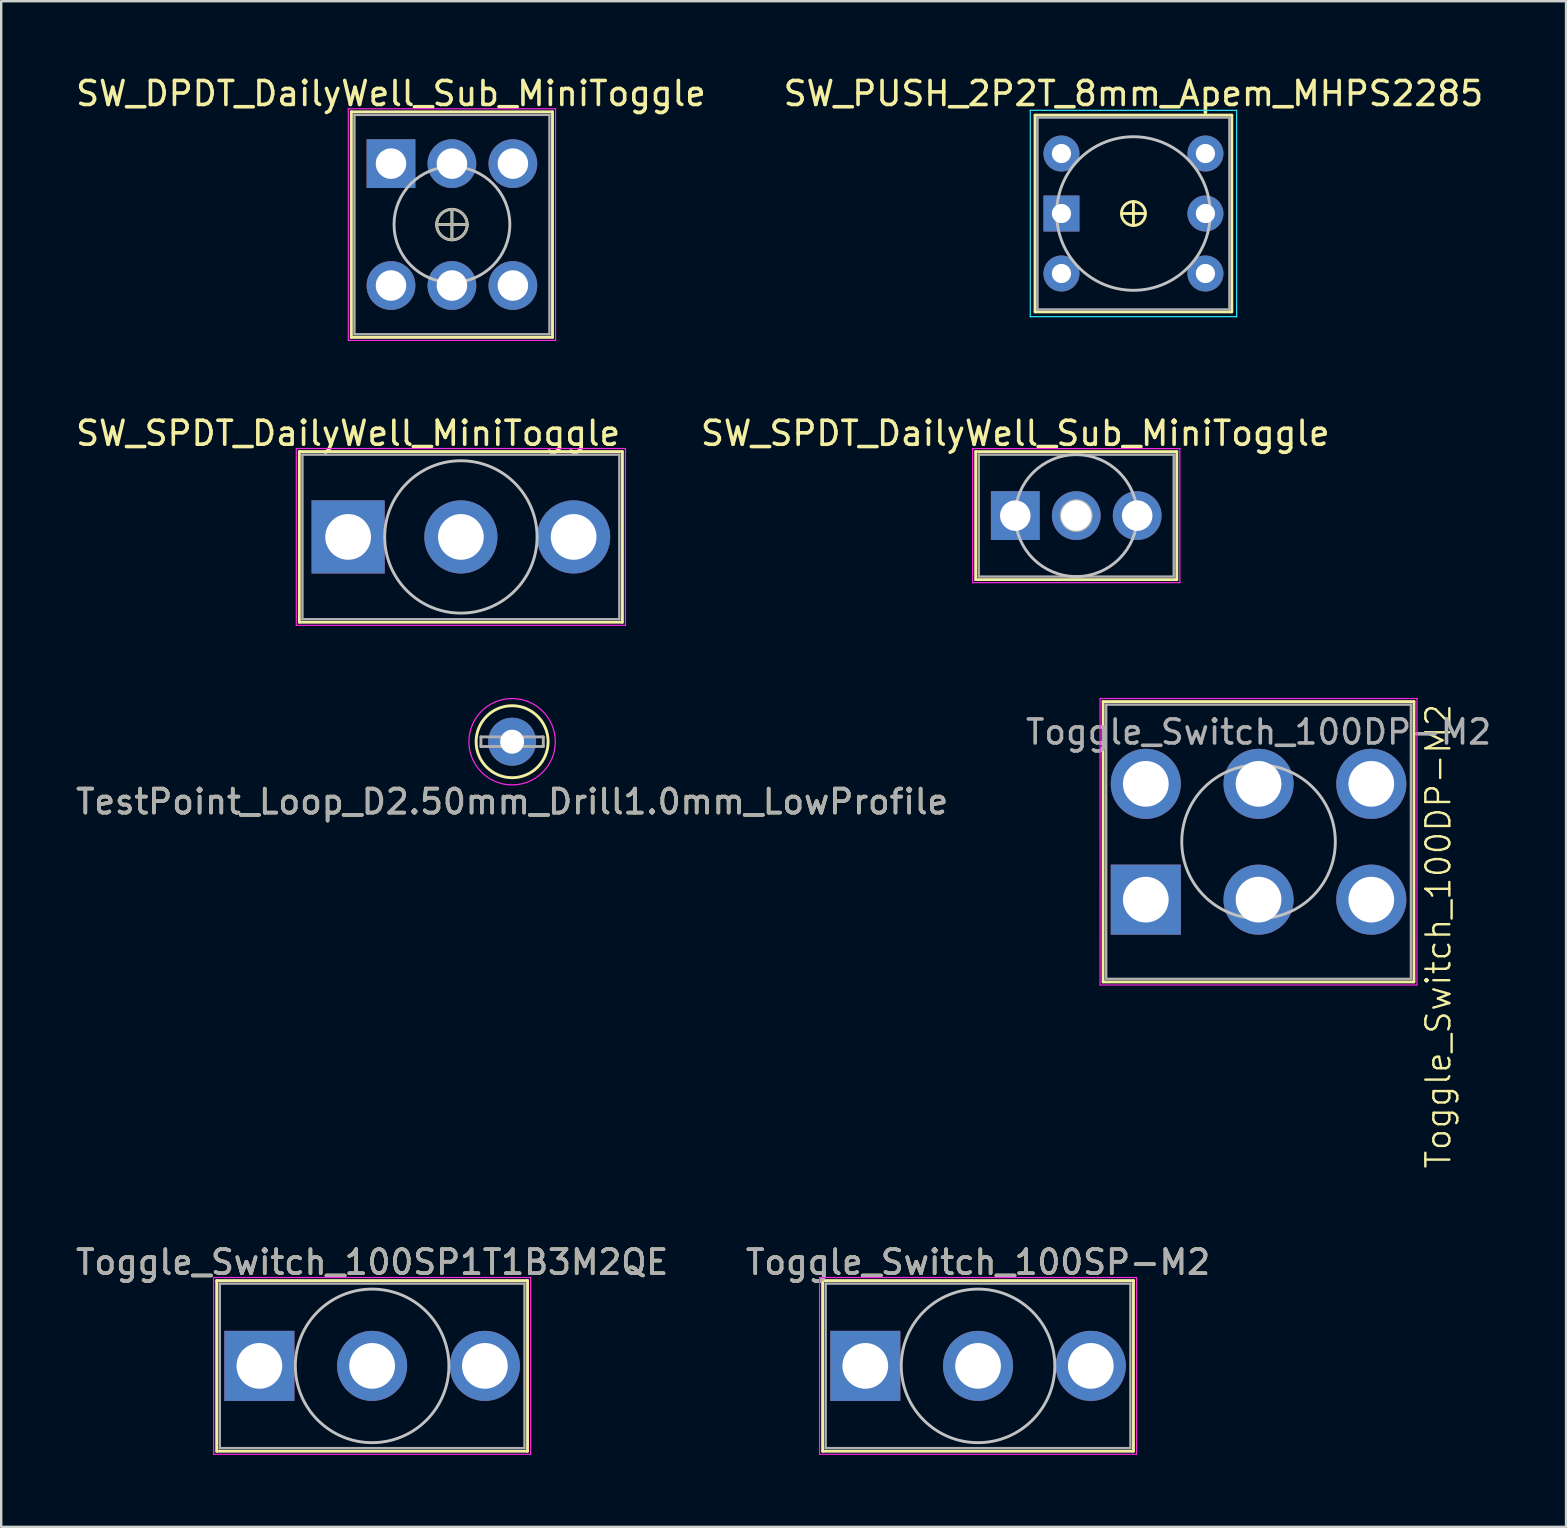
<source format=kicad_pcb>
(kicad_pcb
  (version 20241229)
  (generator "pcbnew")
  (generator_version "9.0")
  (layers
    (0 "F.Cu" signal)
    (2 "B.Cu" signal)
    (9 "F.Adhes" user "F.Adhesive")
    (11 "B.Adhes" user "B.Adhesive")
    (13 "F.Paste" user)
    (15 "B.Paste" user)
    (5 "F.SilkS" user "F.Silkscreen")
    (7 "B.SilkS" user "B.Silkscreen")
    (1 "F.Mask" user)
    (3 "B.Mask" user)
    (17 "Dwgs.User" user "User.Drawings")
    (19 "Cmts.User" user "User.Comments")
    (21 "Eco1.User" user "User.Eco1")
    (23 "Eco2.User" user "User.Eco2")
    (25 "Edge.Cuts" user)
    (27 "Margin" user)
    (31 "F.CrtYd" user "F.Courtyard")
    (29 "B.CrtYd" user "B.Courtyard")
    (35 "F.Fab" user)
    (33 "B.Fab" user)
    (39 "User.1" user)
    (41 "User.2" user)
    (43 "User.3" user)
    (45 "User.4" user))
  (footprint "SW_PUSH_2P2T_8mm_Apem_MHPS2285"
    (layer "F.Cu")
    (at 44.185 5.848)
    (property "Reference" "SW_PUSH_2P2T_8mm_Apem_MHPS2285" (at 0 -5 0) (unlocked yes) (layer "F.SilkS") (effects (font (size 1 1) (thickness 0.15))))
    (attr through_hole)
    (fp_line (start -4.1 -4.1) (end -4.1 4.1) (stroke (width 0.12) (type solid)) (layer "F.SilkS"))
    (fp_line (start -4.1 4.1) (end 4.1 4.1) (stroke (width 0.12) (type solid)) (layer "F.SilkS"))
    (fp_line (start 0 -0.5) (end 0 0.5) (stroke (width 0.12) (type solid)) (layer "F.SilkS"))
    (fp_line (start 0.5 0) (end -0.5 0) (stroke (width 0.12) (type solid)) (layer "F.SilkS"))
    (fp_line (start 4.1 -4.1) (end -4.1 -4.1) (stroke (width 0.12) (type solid)) (layer "F.SilkS"))
    (fp_line (start 4.1 4.1) (end 4.1 -4.1) (stroke (width 0.12) (type solid)) (layer "F.SilkS"))
    (fp_circle (center 0 0) (end 0 0.5) (stroke (width 0.12) (type solid)) (fill no) (layer "F.SilkS"))
    (fp_circle (center 0 0) (end 0 3.2) (stroke (width 0.12) (type solid)) (fill no) (layer "Dwgs.User"))
    (fp_line (start -4.3 -4.3) (end -4.3 4.3) (stroke (width 0.05) (type solid)) (layer "B.CrtYd"))
    (fp_line (start -4.3 4.3) (end 4.3 4.3) (stroke (width 0.05) (type solid)) (layer "B.CrtYd"))
    (fp_line (start 4.3 -4.3) (end -4.3 -4.3) (stroke (width 0.05) (type solid)) (layer "B.CrtYd"))
    (fp_line (start 4.3 4.3) (end 4.3 -4.3) (stroke (width 0.05) (type solid)) (layer "B.CrtYd"))
    (fp_line (start -4 -4) (end 4 -4) (stroke (width 0.1) (type solid)) (layer "F.Fab"))
    (fp_line (start -4 4) (end -4 -4) (stroke (width 0.1) (type solid)) (layer "F.Fab"))
    (fp_line (start 4 -4) (end 4 4) (stroke (width 0.1) (type solid)) (layer "F.Fab"))
    (fp_line (start 4 4) (end -4 4) (stroke (width 0.1) (type solid)) (layer "F.Fab"))
    (pad "1" thru_hole rect (at -3 0) (size 1.5 1.5) (drill 0.8) (layers "*.Cu" "*.Mask"))
    (pad "2" thru_hole circle (at -3 2.5) (size 1.5 1.5) (drill 0.8) (layers "*.Cu" "*.Mask"))
    (pad "3" thru_hole circle (at -3 -2.5) (size 1.5 1.5) (drill 0.8) (layers "*.Cu" "*.Mask"))
    (pad "4" thru_hole circle (at 3 2.5) (size 1.5 1.5) (drill 0.8) (layers "*.Cu" "*.Mask"))
    (pad "5" thru_hole circle (at 3 -2.5) (size 1.5 1.5) (drill 0.8) (layers "*.Cu" "*.Mask"))
    (pad "6" thru_hole circle (at 3 0) (size 1.5 1.5) (drill 0.8) (layers "*.Cu" "*.Mask")))
  (footprint "SW_SPDT_DailyWell_MiniToggle"
    (layer "F.Cu")
    (at 16.157 19.326)
    (property "Reference" "SW_SPDT_DailyWell_MiniToggle" (at -4.699 -4.318 0) (layer "F.SilkS") (effects (font (size 1 1) (thickness 0.15))))
    (attr through_hole)
    (fp_line (start -6.731 -3.556) (end 6.731 -3.556) (stroke (width 0.12) (type solid)) (layer "F.SilkS"))
    (fp_line (start -6.731 3.556) (end -6.731 -3.556) (stroke (width 0.12) (type solid)) (layer "F.SilkS"))
    (fp_line (start 6.731 -3.556) (end 6.731 3.556) (stroke (width 0.12) (type solid)) (layer "F.SilkS"))
    (fp_line (start 6.731 3.556) (end -6.731 3.556) (stroke (width 0.12) (type solid)) (layer "F.SilkS"))
    (fp_circle (center 0 0) (end 0 3.175) (stroke (width 0.12) (type solid)) (fill no) (layer "Dwgs.User"))
    (fp_line (start -6.858 -3.683) (end -6.858 3.683) (stroke (width 0.05) (type solid)) (layer "F.CrtYd"))
    (fp_line (start -6.858 3.683) (end 6.858 3.683) (stroke (width 0.05) (type solid)) (layer "F.CrtYd"))
    (fp_line (start 6.858 -3.683) (end -6.858 -3.683) (stroke (width 0.05) (type solid)) (layer "F.CrtYd"))
    (fp_line (start 6.858 3.683) (end 6.858 -3.683) (stroke (width 0.05) (type solid)) (layer "F.CrtYd"))
    (fp_line (start -6.604 -3.429) (end 6.604 -3.429) (stroke (width 0.1) (type solid)) (layer "F.Fab"))
    (fp_line (start -6.604 3.429) (end -6.604 -3.429) (stroke (width 0.1) (type solid)) (layer "F.Fab"))
    (fp_line (start -0.635 0) (end 0.635 0) (stroke (width 0.1) (type solid)) (layer "F.Fab"))
    (fp_line (start 0 -0.635) (end 0 0.635) (stroke (width 0.1) (type solid)) (layer "F.Fab"))
    (fp_line (start 6.604 -3.429) (end 6.604 3.429) (stroke (width 0.1) (type solid)) (layer "F.Fab"))
    (fp_line (start 6.604 3.429) (end -6.604 3.429) (stroke (width 0.1) (type solid)) (layer "F.Fab"))
    (fp_circle (center 0 0) (end 0.635 0) (stroke (width 0.1) (type solid)) (fill no) (layer "F.Fab"))
    (pad "1" thru_hole rect (at -4.699 0) (size 3.048 3.048) (drill 1.905) (layers "*.Cu" "*.Mask"))
    (pad "2" thru_hole circle (at 0 0) (size 3.048 3.048) (drill 1.905) (layers "*.Cu" "*.Mask"))
    (pad "3" thru_hole circle (at 4.699 0) (size 3.048 3.048) (drill 1.905) (layers "*.Cu" "*.Mask")))
  (footprint "Toggle_Switch_100DP-M2"
    (layer "F.Cu")
    (at 49.399 32.029)
    (property "Reference" "Toggle_Switch_100DP-M2" (at 7.493 3.937 90) (unlocked yes) (layer "F.SilkS") (effects (font (size 1 1) (thickness 0.1))))
    (attr smd)
    (fp_line (start -6.478 5.842) (end -6.477 -5.842) (stroke (width 0.12) (type solid)) (layer "F.SilkS"))
    (fp_line (start -6.477 -5.842) (end 6.477 -5.842) (stroke (width 0.12) (type solid)) (layer "F.SilkS"))
    (fp_line (start 6.476 5.842) (end -6.478 5.842) (stroke (width 0.12) (type solid)) (layer "F.SilkS"))
    (fp_line (start 6.477 -5.842) (end 6.476 5.842) (stroke (width 0.12) (type solid)) (layer "F.SilkS"))
    (fp_circle (center 0 0) (end 3.2 0) (stroke (width 0.12) (type solid)) (fill no) (layer "Dwgs.User"))
    (fp_line (start -6.605 5.969) (end -6.604 -5.969) (stroke (width 0.05) (type solid)) (layer "F.CrtYd"))
    (fp_line (start -6.604 -5.969) (end 6.604 -5.969) (stroke (width 0.05) (type solid)) (layer "F.CrtYd"))
    (fp_line (start 6.603 5.969) (end -6.605 5.969) (stroke (width 0.05) (type solid)) (layer "F.CrtYd"))
    (fp_line (start 6.604 -5.969) (end 6.603 5.969) (stroke (width 0.05) (type solid)) (layer "F.CrtYd"))
    (fp_line (start -6.35 -5.715) (end -6.35 5.715) (stroke (width 0.1) (type solid)) (layer "F.Fab"))
    (fp_line (start -6.35 -5.715) (end 6.35 -5.715) (stroke (width 0.1) (type solid)) (layer "F.Fab"))
    (fp_line (start -6.35 5.715) (end 6.35 5.715) (stroke (width 0.1) (type solid)) (layer "F.Fab"))
    (fp_line (start 6.35 5.715) (end 6.35 -5.715) (stroke (width 0.1) (type solid)) (layer "F.Fab"))
    (fp_circle (center 0 2.413) (end 0.635 2.413) (stroke (width 0.1) (type solid)) (fill no) (layer "F.Fab"))
    (fp_text user "${REFERENCE}" (at 0 -4.572 0) (unlocked yes) (layer "F.Fab") (effects (font (size 1 1) (thickness 0.15))))
    (pad "1" thru_hole rect (at -4.699 2.413) (size 2.921 2.921) (drill 1.905) (layers "*.Cu" "*.Mask"))
    (pad "2" thru_hole circle (at 0 2.413) (size 2.921 2.921) (drill 1.905) (layers "*.Cu" "*.Mask"))
    (pad "3" thru_hole circle (at 4.699 2.413) (size 2.921 2.921) (drill 1.905) (layers "*.Cu" "*.Mask"))
    (pad "4" thru_hole circle (at -4.699 -2.413 90) (size 2.921 2.921) (drill 1.905) (layers "*.Cu" "*.Mask"))
    (pad "5" thru_hole circle (at 0 -2.413 90) (size 2.921 2.921) (drill 1.905) (layers "*.Cu" "*.Mask"))
    (pad "6" thru_hole circle (at 4.699 -2.413 90) (size 2.921 2.921) (drill 1.905) (layers "*.Cu" "*.Mask")))
  (footprint "TestPoint_Loop_D2.50mm_Drill1.0mm_LowProfile"
    (layer "F.Cu")
    (at 18.292 27.86)
    (property "Reference" "TestPoint_Loop_D2.50mm_Drill1.0mm_LowProfile" (at 0 2.5 0) (layer "F.SilkS") (effects (font (size 1 1) (thickness 0.15))))
    (attr through_hole)
    (fp_circle (center 0 0) (end 1.5 0) (stroke (width 0.12) (type solid)) (fill no) (layer "F.SilkS"))
    (fp_circle (center 0 0) (end 1.8 0) (stroke (width 0.05) (type solid)) (fill no) (layer "F.CrtYd"))
    (fp_line (start -1.3 -0.2) (end -1.3 0.2) (stroke (width 0.12) (type solid)) (layer "F.Fab"))
    (fp_line (start -1.3 0.2) (end 1.3 0.2) (stroke (width 0.12) (type solid)) (layer "F.Fab"))
    (fp_line (start 1.3 -0.2) (end -1.3 -0.2) (stroke (width 0.12) (type solid)) (layer "F.Fab"))
    (fp_line (start 1.3 0.2) (end 1.3 -0.2) (stroke (width 0.12) (type solid)) (layer "F.Fab"))
    (fp_text user "${REFERENCE}" (at 0 2.5 0) (layer "F.Fab") (effects (font (size 1 1) (thickness 0.15))))
    (pad "1" thru_hole circle (at 0 0) (size 2 2) (drill 1) (layers "*.Cu" "*.Mask")))
  (footprint "Toggle_Switch_100SP1T1B3M2QE"
    (layer "F.Cu")
    (at 12.458 53.872)
    (property "Reference" "Toggle_Switch_100SP1T1B3M2QE" (at 0 -4.318 0) (layer "F.SilkS") (effects (font (size 1 1) (thickness 0.15))))
    (attr through_hole)
    (fp_line (start -6.477 -3.556) (end 6.477 -3.556) (stroke (width 0.12) (type solid)) (layer "F.SilkS"))
    (fp_line (start -6.477 3.556) (end -6.477 -3.556) (stroke (width 0.12) (type solid)) (layer "F.SilkS"))
    (fp_line (start 6.477 -3.556) (end 6.477 3.556) (stroke (width 0.12) (type solid)) (layer "F.SilkS"))
    (fp_line (start 6.477 3.556) (end -6.477 3.556) (stroke (width 0.12) (type solid)) (layer "F.SilkS"))
    (fp_circle (center 0 0) (end 3.2 0) (stroke (width 0.12) (type solid)) (fill no) (layer "Dwgs.User"))
    (fp_line (start -6.604 -3.683) (end 6.604 -3.683) (stroke (width 0.05) (type solid)) (layer "F.CrtYd"))
    (fp_line (start -6.604 3.683) (end -6.604 -3.683) (stroke (width 0.05) (type solid)) (layer "F.CrtYd"))
    (fp_line (start 6.604 -3.683) (end 6.604 3.683) (stroke (width 0.05) (type solid)) (layer "F.CrtYd"))
    (fp_line (start 6.604 3.683) (end -6.604 3.683) (stroke (width 0.05) (type solid)) (layer "F.CrtYd"))
    (fp_line (start -6.35 -3.429) (end -6.35 3.429) (stroke (width 0.1) (type solid)) (layer "F.Fab"))
    (fp_line (start -6.35 -3.429) (end 6.35 -3.429) (stroke (width 0.1) (type solid)) (layer "F.Fab"))
    (fp_line (start -6.35 3.429) (end 6.35 3.429) (stroke (width 0.1) (type solid)) (layer "F.Fab"))
    (fp_line (start 6.35 3.429) (end 6.35 -3.429) (stroke (width 0.1) (type solid)) (layer "F.Fab"))
    (fp_circle (center 0.001 0) (end 0.636 0) (stroke (width 0.1) (type solid)) (fill no) (layer "F.Fab"))
    (fp_text user "${REFERENCE}" (at 0.001 -4.318 0) (layer "F.Fab") (effects (font (size 1 1) (thickness 0.15))))
    (pad "1" thru_hole rect (at -4.699 0) (size 2.921 2.921) (drill 1.905) (layers "*.Cu" "*.Mask"))
    (pad "2" thru_hole circle (at 0 0) (size 2.921 2.921) (drill 1.905) (layers "*.Cu" "*.Mask"))
    (pad "3" thru_hole circle (at 4.699 0) (size 2.921 2.921) (drill 1.905) (layers "*.Cu" "*.Mask")))
  (footprint "SW_DPDT_DailyWell_Sub_MiniToggle"
    (layer "F.Cu")
    (at 15.784 6.309)
    (property "Reference" "SW_DPDT_DailyWell_Sub_MiniToggle" (at -2.54 -5.461 0) (layer "F.SilkS") (effects (font (size 1 1) (thickness 0.15))))
    (attr through_hole)
    (fp_line (start -4.191 -4.699) (end 4.191 -4.699) (stroke (width 0.12) (type solid)) (layer "F.SilkS"))
    (fp_line (start -4.191 4.699) (end -4.191 -4.699) (stroke (width 0.12) (type solid)) (layer "F.SilkS"))
    (fp_line (start -4.191 4.699) (end 4.191 4.699) (stroke (width 0.12) (type solid)) (layer "F.SilkS"))
    (fp_line (start 0 -0.635) (end 0 0.635) (stroke (width 0.12) (type solid)) (layer "F.SilkS"))
    (fp_line (start 0.635 0) (end -0.635 0) (stroke (width 0.12) (type solid)) (layer "F.SilkS"))
    (fp_line (start 4.191 4.699) (end 4.191 -4.699) (stroke (width 0.12) (type solid)) (layer "F.SilkS"))
    (fp_circle (center 0 0) (end 0 0.635) (stroke (width 0.12) (type solid)) (fill no) (layer "F.SilkS"))
    (fp_circle (center 0 0) (end 2.413 0) (stroke (width 0.12) (type solid)) (fill no) (layer "Dwgs.User"))
    (fp_line (start -4.318 -4.826) (end -4.318 4.826) (stroke (width 0.05) (type solid)) (layer "F.CrtYd"))
    (fp_line (start -4.318 4.826) (end 4.318 4.826) (stroke (width 0.05) (type solid)) (layer "F.CrtYd"))
    (fp_line (start 4.318 -4.826) (end -4.318 -4.826) (stroke (width 0.05) (type solid)) (layer "F.CrtYd"))
    (fp_line (start 4.318 4.826) (end 4.318 -4.826) (stroke (width 0.05) (type solid)) (layer "F.CrtYd"))
    (fp_line (start -4.064 -4.572) (end 4.064 -4.572) (stroke (width 0.1) (type solid)) (layer "F.Fab"))
    (fp_line (start -4.064 4.572) (end -4.064 -4.572) (stroke (width 0.1) (type solid)) (layer "F.Fab"))
    (fp_line (start -0.635 0) (end 0.635 0) (stroke (width 0.1) (type solid)) (layer "F.Fab"))
    (fp_line (start 0 -0.635) (end 0 0.635) (stroke (width 0.1) (type solid)) (layer "F.Fab"))
    (fp_line (start 4.064 -4.572) (end 4.064 4.572) (stroke (width 0.1) (type solid)) (layer "F.Fab"))
    (fp_line (start 4.064 4.572) (end -4.064 4.572) (stroke (width 0.1) (type solid)) (layer "F.Fab"))
    (fp_circle (center 0 0) (end 0.635 0) (stroke (width 0.1) (type solid)) (fill no) (layer "F.Fab"))
    (pad "1" thru_hole rect (at -2.54 -2.54) (size 2.032 2.032) (drill 1.27) (layers "*.Cu" "*.Mask"))
    (pad "2" thru_hole circle (at 0 -2.54) (size 2.032 2.032) (drill 1.27) (layers "*.Cu" "*.Mask"))
    (pad "3" thru_hole circle (at 2.54 -2.54) (size 2.032 2.032) (drill 1.27) (layers "*.Cu" "*.Mask"))
    (pad "4" thru_hole circle (at -2.54 2.54) (size 2.032 2.032) (drill 1.27) (layers "*.Cu" "*.Mask"))
    (pad "5" thru_hole circle (at 0 2.54) (size 2.032 2.032) (drill 1.27) (layers "*.Cu" "*.Mask"))
    (pad "6" thru_hole circle (at 2.54 2.54) (size 2.032 2.032) (drill 1.27) (layers "*.Cu" "*.Mask")))
  (footprint "SW_SPDT_DailyWell_Sub_MiniToggle"
    (layer "F.Cu")
    (at 41.801 18.438)
    (property "Reference" "SW_SPDT_DailyWell_Sub_MiniToggle" (at -2.54 -3.429 0) (layer "F.SilkS") (effects (font (size 1 1) (thickness 0.15))))
    (attr through_hole)
    (fp_line (start -4.191 -2.667) (end 4.191 -2.667) (stroke (width 0.12) (type solid)) (layer "F.SilkS"))
    (fp_line (start -4.191 2.667) (end -4.191 -2.667) (stroke (width 0.12) (type solid)) (layer "F.SilkS"))
    (fp_line (start -4.191 2.667) (end 4.191 2.667) (stroke (width 0.12) (type solid)) (layer "F.SilkS"))
    (fp_line (start 4.191 2.667) (end 4.191 -2.667) (stroke (width 0.12) (type solid)) (layer "F.SilkS"))
    (fp_circle (center 0 0) (end 0 2.54) (stroke (width 0.12) (type solid)) (fill no) (layer "Dwgs.User"))
    (fp_line (start -4.318 -2.794) (end -4.318 2.794) (stroke (width 0.05) (type solid)) (layer "F.CrtYd"))
    (fp_line (start -4.318 2.794) (end 4.318 2.794) (stroke (width 0.05) (type solid)) (layer "F.CrtYd"))
    (fp_line (start 4.318 -2.794) (end -4.318 -2.794) (stroke (width 0.05) (type solid)) (layer "F.CrtYd"))
    (fp_line (start 4.318 2.794) (end 4.318 -2.794) (stroke (width 0.05) (type solid)) (layer "F.CrtYd"))
    (fp_line (start -4.064 -2.54) (end 4.064 -2.54) (stroke (width 0.1) (type solid)) (layer "F.Fab"))
    (fp_line (start -4.064 2.54) (end -4.064 -2.54) (stroke (width 0.1) (type solid)) (layer "F.Fab"))
    (fp_line (start -0.635 0) (end 0.635 0) (stroke (width 0.1) (type solid)) (layer "F.Fab"))
    (fp_line (start 0 -0.635) (end 0 0.635) (stroke (width 0.1) (type solid)) (layer "F.Fab"))
    (fp_line (start 4.064 -2.54) (end 4.064 2.54) (stroke (width 0.1) (type solid)) (layer "F.Fab"))
    (fp_line (start 4.064 2.54) (end -4.064 2.54) (stroke (width 0.1) (type solid)) (layer "F.Fab"))
    (fp_circle (center 0 0) (end 0.635 0) (stroke (width 0.1) (type solid)) (fill no) (layer "F.Fab"))
    (pad "1" thru_hole rect (at -2.54 0) (size 2.032 2.032) (drill 1.27) (layers "*.Cu" "*.Mask"))
    (pad "2" thru_hole circle (at 0 0) (size 2.032 2.032) (drill 1.27) (layers "*.Cu" "*.Mask"))
    (pad "3" thru_hole circle (at 2.54 0) (size 2.032 2.032) (drill 1.27) (layers "*.Cu" "*.Mask")))
  (footprint "Toggle_Switch_100SP-M2"
    (layer "F.Cu")
    (at 37.709 53.872)
    (property "Reference" "Toggle_Switch_100SP-M2" (at 0 -4.318 0) (layer "F.SilkS") (effects (font (size 1 1) (thickness 0.15))))
    (attr through_hole)
    (fp_line (start -6.477 -3.556) (end 6.477 -3.556) (stroke (width 0.12) (type solid)) (layer "F.SilkS"))
    (fp_line (start -6.477 3.556) (end -6.477 -3.556) (stroke (width 0.12) (type solid)) (layer "F.SilkS"))
    (fp_line (start 6.477 -3.556) (end 6.477 3.556) (stroke (width 0.12) (type solid)) (layer "F.SilkS"))
    (fp_line (start 6.477 3.556) (end -6.477 3.556) (stroke (width 0.12) (type solid)) (layer "F.SilkS"))
    (fp_circle (center 0 0) (end 3.2 0) (stroke (width 0.12) (type solid)) (fill no) (layer "Dwgs.User"))
    (fp_line (start -6.604 -3.683) (end 6.604 -3.683) (stroke (width 0.05) (type solid)) (layer "F.CrtYd"))
    (fp_line (start -6.604 3.683) (end -6.604 -3.683) (stroke (width 0.05) (type solid)) (layer "F.CrtYd"))
    (fp_line (start 6.604 -3.683) (end 6.604 3.683) (stroke (width 0.05) (type solid)) (layer "F.CrtYd"))
    (fp_line (start 6.604 3.683) (end -6.604 3.683) (stroke (width 0.05) (type solid)) (layer "F.CrtYd"))
    (fp_line (start -6.35 -3.429) (end -6.35 3.429) (stroke (width 0.1) (type solid)) (layer "F.Fab"))
    (fp_line (start -6.35 -3.429) (end 6.35 -3.429) (stroke (width 0.1) (type solid)) (layer "F.Fab"))
    (fp_line (start -6.35 3.429) (end 6.35 3.429) (stroke (width 0.1) (type solid)) (layer "F.Fab"))
    (fp_line (start 6.35 3.429) (end 6.35 -3.429) (stroke (width 0.1) (type solid)) (layer "F.Fab"))
    (fp_circle (center 0.001 0) (end 0.636 0) (stroke (width 0.1) (type solid)) (fill no) (layer "F.Fab"))
    (fp_text user "${REFERENCE}" (at 0.001 -4.318 0) (layer "F.Fab") (effects (font (size 1 1) (thickness 0.15))))
    (pad "1" thru_hole rect (at -4.699 0) (size 2.921 2.921) (drill 1.905) (layers "*.Cu" "*.Mask"))
    (pad "2" thru_hole circle (at 0 0) (size 2.921 2.921) (drill 1.905) (layers "*.Cu" "*.Mask"))
    (pad "3" thru_hole circle (at 4.699 0) (size 2.921 2.921) (drill 1.905) (layers "*.Cu" "*.Mask")))
  (gr_rect
    (start -3 -3)
    (end 62.214 60.58)
    (stroke (width 0.1) (type default))
    (fill no)
    (layer "Edge.Cuts")))
</source>
